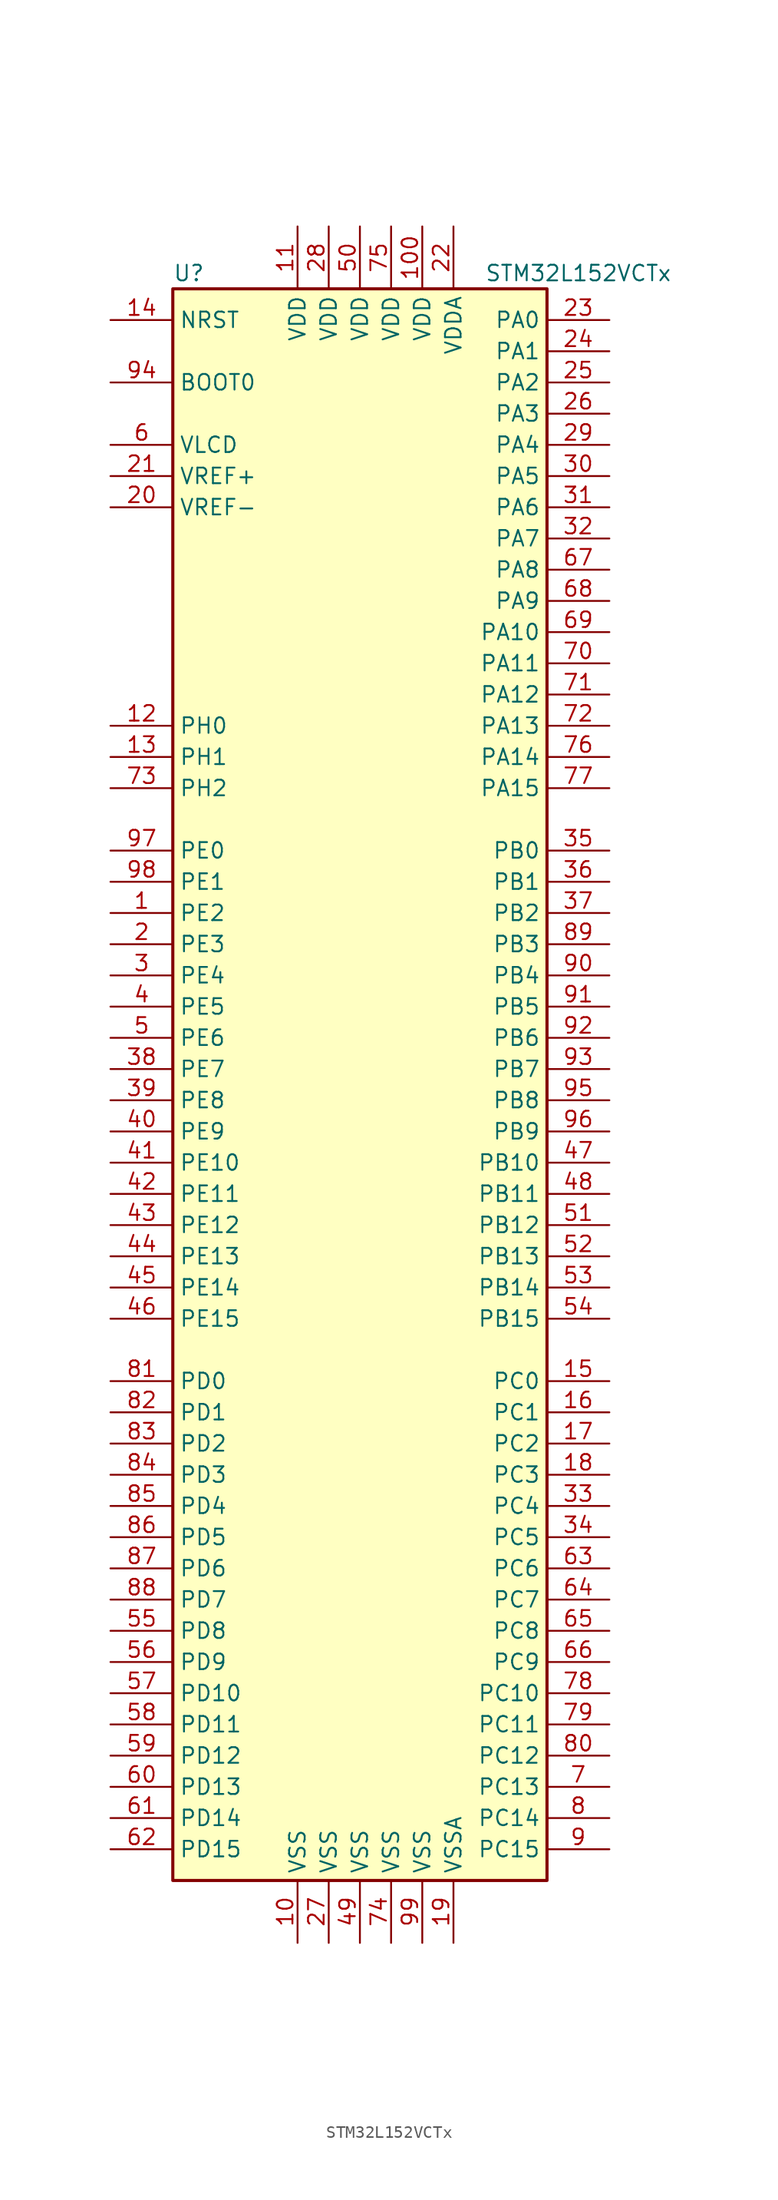
<source format=kicad_sym>
(kicad_symbol_lib
  (version 20201005)
  (generator kicad_symbol_editor)
  (symbol "STM32L152VCTx"
    (property "Reference" "U"
      (at -15.24 64.77 0)
      (effects (font (size 1.27 1.27)) (justify left)))
    (property "Value" "STM32L152VCTx"
      (at 10.16 64.77 0)
      (effects (font (size 1.27 1.27)) (justify left)))
    (symbol "STM32L152VCTx_0_1"
      (rectangle (start -15.24 -66.04) (end 15.24 63.5) (stroke (width 0.254)) (fill (type background))))
    (symbol "STM32L152VCTx_1_1"
      (pin input line (at -20.32 55.88 0) (length 5.08) (name "BOOT0" (effects (font (size 1.27 1.27)))) (number "94" (effects (font (size 1.27 1.27)))))
      (pin input line (at -20.32 60.96 0) (length 5.08) (name "NRST" (effects (font (size 1.27 1.27)))) (number "14" (effects (font (size 1.27 1.27)))))
      (pin bidirectional line (at 20.32 60.96 180) (length 5.08) (name "PA0" (effects (font (size 1.27 1.27)))) (number "23" (effects (font (size 1.27 1.27)))))
      (pin bidirectional line (at 20.32 58.42 180) (length 5.08) (name "PA1" (effects (font (size 1.27 1.27)))) (number "24" (effects (font (size 1.27 1.27)))))
      (pin bidirectional line (at 20.32 35.56 180) (length 5.08) (name "PA10" (effects (font (size 1.27 1.27)))) (number "69" (effects (font (size 1.27 1.27)))))
      (pin bidirectional line (at 20.32 33.02 180) (length 5.08) (name "PA11" (effects (font (size 1.27 1.27)))) (number "70" (effects (font (size 1.27 1.27)))))
      (pin bidirectional line (at 20.32 30.48 180) (length 5.08) (name "PA12" (effects (font (size 1.27 1.27)))) (number "71" (effects (font (size 1.27 1.27)))))
      (pin bidirectional line (at 20.32 27.94 180) (length 5.08) (name "PA13" (effects (font (size 1.27 1.27)))) (number "72" (effects (font (size 1.27 1.27)))))
      (pin bidirectional line (at 20.32 25.4 180) (length 5.08) (name "PA14" (effects (font (size 1.27 1.27)))) (number "76" (effects (font (size 1.27 1.27)))))
      (pin bidirectional line (at 20.32 22.86 180) (length 5.08) (name "PA15" (effects (font (size 1.27 1.27)))) (number "77" (effects (font (size 1.27 1.27)))))
      (pin bidirectional line (at 20.32 55.88 180) (length 5.08) (name "PA2" (effects (font (size 1.27 1.27)))) (number "25" (effects (font (size 1.27 1.27)))))
      (pin bidirectional line (at 20.32 53.34 180) (length 5.08) (name "PA3" (effects (font (size 1.27 1.27)))) (number "26" (effects (font (size 1.27 1.27)))))
      (pin bidirectional line (at 20.32 50.8 180) (length 5.08) (name "PA4" (effects (font (size 1.27 1.27)))) (number "29" (effects (font (size 1.27 1.27)))))
      (pin bidirectional line (at 20.32 48.26 180) (length 5.08) (name "PA5" (effects (font (size 1.27 1.27)))) (number "30" (effects (font (size 1.27 1.27)))))
      (pin bidirectional line (at 20.32 45.72 180) (length 5.08) (name "PA6" (effects (font (size 1.27 1.27)))) (number "31" (effects (font (size 1.27 1.27)))))
      (pin bidirectional line (at 20.32 43.18 180) (length 5.08) (name "PA7" (effects (font (size 1.27 1.27)))) (number "32" (effects (font (size 1.27 1.27)))))
      (pin bidirectional line (at 20.32 40.64 180) (length 5.08) (name "PA8" (effects (font (size 1.27 1.27)))) (number "67" (effects (font (size 1.27 1.27)))))
      (pin bidirectional line (at 20.32 38.1 180) (length 5.08) (name "PA9" (effects (font (size 1.27 1.27)))) (number "68" (effects (font (size 1.27 1.27)))))
      (pin bidirectional line (at 20.32 17.78 180) (length 5.08) (name "PB0" (effects (font (size 1.27 1.27)))) (number "35" (effects (font (size 1.27 1.27)))))
      (pin bidirectional line (at 20.32 15.24 180) (length 5.08) (name "PB1" (effects (font (size 1.27 1.27)))) (number "36" (effects (font (size 1.27 1.27)))))
      (pin bidirectional line (at 20.32 -7.62 180) (length 5.08) (name "PB10" (effects (font (size 1.27 1.27)))) (number "47" (effects (font (size 1.27 1.27)))))
      (pin bidirectional line (at 20.32 -10.16 180) (length 5.08) (name "PB11" (effects (font (size 1.27 1.27)))) (number "48" (effects (font (size 1.27 1.27)))))
      (pin bidirectional line (at 20.32 -12.7 180) (length 5.08) (name "PB12" (effects (font (size 1.27 1.27)))) (number "51" (effects (font (size 1.27 1.27)))))
      (pin bidirectional line (at 20.32 -15.24 180) (length 5.08) (name "PB13" (effects (font (size 1.27 1.27)))) (number "52" (effects (font (size 1.27 1.27)))))
      (pin bidirectional line (at 20.32 -17.78 180) (length 5.08) (name "PB14" (effects (font (size 1.27 1.27)))) (number "53" (effects (font (size 1.27 1.27)))))
      (pin bidirectional line (at 20.32 -20.32 180) (length 5.08) (name "PB15" (effects (font (size 1.27 1.27)))) (number "54" (effects (font (size 1.27 1.27)))))
      (pin bidirectional line (at 20.32 12.7 180) (length 5.08) (name "PB2" (effects (font (size 1.27 1.27)))) (number "37" (effects (font (size 1.27 1.27)))))
      (pin bidirectional line (at 20.32 10.16 180) (length 5.08) (name "PB3" (effects (font (size 1.27 1.27)))) (number "89" (effects (font (size 1.27 1.27)))))
      (pin bidirectional line (at 20.32 7.62 180) (length 5.08) (name "PB4" (effects (font (size 1.27 1.27)))) (number "90" (effects (font (size 1.27 1.27)))))
      (pin bidirectional line (at 20.32 5.08 180) (length 5.08) (name "PB5" (effects (font (size 1.27 1.27)))) (number "91" (effects (font (size 1.27 1.27)))))
      (pin bidirectional line (at 20.32 2.54 180) (length 5.08) (name "PB6" (effects (font (size 1.27 1.27)))) (number "92" (effects (font (size 1.27 1.27)))))
      (pin bidirectional line (at 20.32 0 180) (length 5.08) (name "PB7" (effects (font (size 1.27 1.27)))) (number "93" (effects (font (size 1.27 1.27)))))
      (pin bidirectional line (at 20.32 -2.54 180) (length 5.08) (name "PB8" (effects (font (size 1.27 1.27)))) (number "95" (effects (font (size 1.27 1.27)))))
      (pin bidirectional line (at 20.32 -5.08 180) (length 5.08) (name "PB9" (effects (font (size 1.27 1.27)))) (number "96" (effects (font (size 1.27 1.27)))))
      (pin bidirectional line (at 20.32 -25.4 180) (length 5.08) (name "PC0" (effects (font (size 1.27 1.27)))) (number "15" (effects (font (size 1.27 1.27)))))
      (pin bidirectional line (at 20.32 -27.94 180) (length 5.08) (name "PC1" (effects (font (size 1.27 1.27)))) (number "16" (effects (font (size 1.27 1.27)))))
      (pin bidirectional line (at 20.32 -50.8 180) (length 5.08) (name "PC10" (effects (font (size 1.27 1.27)))) (number "78" (effects (font (size 1.27 1.27)))))
      (pin bidirectional line (at 20.32 -53.34 180) (length 5.08) (name "PC11" (effects (font (size 1.27 1.27)))) (number "79" (effects (font (size 1.27 1.27)))))
      (pin bidirectional line (at 20.32 -55.88 180) (length 5.08) (name "PC12" (effects (font (size 1.27 1.27)))) (number "80" (effects (font (size 1.27 1.27)))))
      (pin bidirectional line (at 20.32 -58.42 180) (length 5.08) (name "PC13" (effects (font (size 1.27 1.27)))) (number "7" (effects (font (size 1.27 1.27)))))
      (pin bidirectional line (at 20.32 -60.96 180) (length 5.08) (name "PC14" (effects (font (size 1.27 1.27)))) (number "8" (effects (font (size 1.27 1.27)))))
      (pin bidirectional line (at 20.32 -63.5 180) (length 5.08) (name "PC15" (effects (font (size 1.27 1.27)))) (number "9" (effects (font (size 1.27 1.27)))))
      (pin bidirectional line (at 20.32 -30.48 180) (length 5.08) (name "PC2" (effects (font (size 1.27 1.27)))) (number "17" (effects (font (size 1.27 1.27)))))
      (pin bidirectional line (at 20.32 -33.02 180) (length 5.08) (name "PC3" (effects (font (size 1.27 1.27)))) (number "18" (effects (font (size 1.27 1.27)))))
      (pin bidirectional line (at 20.32 -35.56 180) (length 5.08) (name "PC4" (effects (font (size 1.27 1.27)))) (number "33" (effects (font (size 1.27 1.27)))))
      (pin bidirectional line (at 20.32 -38.1 180) (length 5.08) (name "PC5" (effects (font (size 1.27 1.27)))) (number "34" (effects (font (size 1.27 1.27)))))
      (pin bidirectional line (at 20.32 -40.64 180) (length 5.08) (name "PC6" (effects (font (size 1.27 1.27)))) (number "63" (effects (font (size 1.27 1.27)))))
      (pin bidirectional line (at 20.32 -43.18 180) (length 5.08) (name "PC7" (effects (font (size 1.27 1.27)))) (number "64" (effects (font (size 1.27 1.27)))))
      (pin bidirectional line (at 20.32 -45.72 180) (length 5.08) (name "PC8" (effects (font (size 1.27 1.27)))) (number "65" (effects (font (size 1.27 1.27)))))
      (pin bidirectional line (at 20.32 -48.26 180) (length 5.08) (name "PC9" (effects (font (size 1.27 1.27)))) (number "66" (effects (font (size 1.27 1.27)))))
      (pin bidirectional line (at -20.32 -25.4 0) (length 5.08) (name "PD0" (effects (font (size 1.27 1.27)))) (number "81" (effects (font (size 1.27 1.27)))))
      (pin bidirectional line (at -20.32 -27.94 0) (length 5.08) (name "PD1" (effects (font (size 1.27 1.27)))) (number "82" (effects (font (size 1.27 1.27)))))
      (pin bidirectional line (at -20.32 -50.8 0) (length 5.08) (name "PD10" (effects (font (size 1.27 1.27)))) (number "57" (effects (font (size 1.27 1.27)))))
      (pin bidirectional line (at -20.32 -53.34 0) (length 5.08) (name "PD11" (effects (font (size 1.27 1.27)))) (number "58" (effects (font (size 1.27 1.27)))))
      (pin bidirectional line (at -20.32 -55.88 0) (length 5.08) (name "PD12" (effects (font (size 1.27 1.27)))) (number "59" (effects (font (size 1.27 1.27)))))
      (pin bidirectional line (at -20.32 -58.42 0) (length 5.08) (name "PD13" (effects (font (size 1.27 1.27)))) (number "60" (effects (font (size 1.27 1.27)))))
      (pin bidirectional line (at -20.32 -60.96 0) (length 5.08) (name "PD14" (effects (font (size 1.27 1.27)))) (number "61" (effects (font (size 1.27 1.27)))))
      (pin bidirectional line (at -20.32 -63.5 0) (length 5.08) (name "PD15" (effects (font (size 1.27 1.27)))) (number "62" (effects (font (size 1.27 1.27)))))
      (pin bidirectional line (at -20.32 -30.48 0) (length 5.08) (name "PD2" (effects (font (size 1.27 1.27)))) (number "83" (effects (font (size 1.27 1.27)))))
      (pin bidirectional line (at -20.32 -33.02 0) (length 5.08) (name "PD3" (effects (font (size 1.27 1.27)))) (number "84" (effects (font (size 1.27 1.27)))))
      (pin bidirectional line (at -20.32 -35.56 0) (length 5.08) (name "PD4" (effects (font (size 1.27 1.27)))) (number "85" (effects (font (size 1.27 1.27)))))
      (pin bidirectional line (at -20.32 -38.1 0) (length 5.08) (name "PD5" (effects (font (size 1.27 1.27)))) (number "86" (effects (font (size 1.27 1.27)))))
      (pin bidirectional line (at -20.32 -40.64 0) (length 5.08) (name "PD6" (effects (font (size 1.27 1.27)))) (number "87" (effects (font (size 1.27 1.27)))))
      (pin bidirectional line (at -20.32 -43.18 0) (length 5.08) (name "PD7" (effects (font (size 1.27 1.27)))) (number "88" (effects (font (size 1.27 1.27)))))
      (pin bidirectional line (at -20.32 -45.72 0) (length 5.08) (name "PD8" (effects (font (size 1.27 1.27)))) (number "55" (effects (font (size 1.27 1.27)))))
      (pin bidirectional line (at -20.32 -48.26 0) (length 5.08) (name "PD9" (effects (font (size 1.27 1.27)))) (number "56" (effects (font (size 1.27 1.27)))))
      (pin bidirectional line (at -20.32 17.78 0) (length 5.08) (name "PE0" (effects (font (size 1.27 1.27)))) (number "97" (effects (font (size 1.27 1.27)))))
      (pin bidirectional line (at -20.32 15.24 0) (length 5.08) (name "PE1" (effects (font (size 1.27 1.27)))) (number "98" (effects (font (size 1.27 1.27)))))
      (pin bidirectional line (at -20.32 -7.62 0) (length 5.08) (name "PE10" (effects (font (size 1.27 1.27)))) (number "41" (effects (font (size 1.27 1.27)))))
      (pin bidirectional line (at -20.32 -10.16 0) (length 5.08) (name "PE11" (effects (font (size 1.27 1.27)))) (number "42" (effects (font (size 1.27 1.27)))))
      (pin bidirectional line (at -20.32 -12.7 0) (length 5.08) (name "PE12" (effects (font (size 1.27 1.27)))) (number "43" (effects (font (size 1.27 1.27)))))
      (pin bidirectional line (at -20.32 -15.24 0) (length 5.08) (name "PE13" (effects (font (size 1.27 1.27)))) (number "44" (effects (font (size 1.27 1.27)))))
      (pin bidirectional line (at -20.32 -17.78 0) (length 5.08) (name "PE14" (effects (font (size 1.27 1.27)))) (number "45" (effects (font (size 1.27 1.27)))))
      (pin bidirectional line (at -20.32 -20.32 0) (length 5.08) (name "PE15" (effects (font (size 1.27 1.27)))) (number "46" (effects (font (size 1.27 1.27)))))
      (pin bidirectional line (at -20.32 12.7 0) (length 5.08) (name "PE2" (effects (font (size 1.27 1.27)))) (number "1" (effects (font (size 1.27 1.27)))))
      (pin bidirectional line (at -20.32 10.16 0) (length 5.08) (name "PE3" (effects (font (size 1.27 1.27)))) (number "2" (effects (font (size 1.27 1.27)))))
      (pin bidirectional line (at -20.32 7.62 0) (length 5.08) (name "PE4" (effects (font (size 1.27 1.27)))) (number "3" (effects (font (size 1.27 1.27)))))
      (pin bidirectional line (at -20.32 5.08 0) (length 5.08) (name "PE5" (effects (font (size 1.27 1.27)))) (number "4" (effects (font (size 1.27 1.27)))))
      (pin bidirectional line (at -20.32 2.54 0) (length 5.08) (name "PE6" (effects (font (size 1.27 1.27)))) (number "5" (effects (font (size 1.27 1.27)))))
      (pin bidirectional line (at -20.32 0 0) (length 5.08) (name "PE7" (effects (font (size 1.27 1.27)))) (number "38" (effects (font (size 1.27 1.27)))))
      (pin bidirectional line (at -20.32 -2.54 0) (length 5.08) (name "PE8" (effects (font (size 1.27 1.27)))) (number "39" (effects (font (size 1.27 1.27)))))
      (pin bidirectional line (at -20.32 -5.08 0) (length 5.08) (name "PE9" (effects (font (size 1.27 1.27)))) (number "40" (effects (font (size 1.27 1.27)))))
      (pin input line (at -20.32 27.94 0) (length 5.08) (name "PH0" (effects (font (size 1.27 1.27)))) (number "12" (effects (font (size 1.27 1.27)))))
      (pin input line (at -20.32 25.4 0) (length 5.08) (name "PH1" (effects (font (size 1.27 1.27)))) (number "13" (effects (font (size 1.27 1.27)))))
      (pin bidirectional line (at -20.32 22.86 0) (length 5.08) (name "PH2" (effects (font (size 1.27 1.27)))) (number "73" (effects (font (size 1.27 1.27)))))
      (pin power_in line (at 5.08 68.58 270) (length 5.08) (name "VDD" (effects (font (size 1.27 1.27)))) (number "100" (effects (font (size 1.27 1.27)))))
      (pin power_in line (at -5.08 68.58 270) (length 5.08) (name "VDD" (effects (font (size 1.27 1.27)))) (number "11" (effects (font (size 1.27 1.27)))))
      (pin power_in line (at -2.54 68.58 270) (length 5.08) (name "VDD" (effects (font (size 1.27 1.27)))) (number "28" (effects (font (size 1.27 1.27)))))
      (pin power_in line (at 0 68.58 270) (length 5.08) (name "VDD" (effects (font (size 1.27 1.27)))) (number "50" (effects (font (size 1.27 1.27)))))
      (pin power_in line (at 2.54 68.58 270) (length 5.08) (name "VDD" (effects (font (size 1.27 1.27)))) (number "75" (effects (font (size 1.27 1.27)))))
      (pin power_in line (at 7.62 68.58 270) (length 5.08) (name "VDDA" (effects (font (size 1.27 1.27)))) (number "22" (effects (font (size 1.27 1.27)))))
      (pin power_in line (at -20.32 50.8 0) (length 5.08) (name "VLCD" (effects (font (size 1.27 1.27)))) (number "6" (effects (font (size 1.27 1.27)))))
      (pin power_in line (at -20.32 48.26 0) (length 5.08) (name "VREF+" (effects (font (size 1.27 1.27)))) (number "21" (effects (font (size 1.27 1.27)))))
      (pin power_in line (at -20.32 45.72 0) (length 5.08) (name "VREF-" (effects (font (size 1.27 1.27)))) (number "20" (effects (font (size 1.27 1.27)))))
      (pin power_in line (at -5.08 -71.12 90) (length 5.08) (name "VSS" (effects (font (size 1.27 1.27)))) (number "10" (effects (font (size 1.27 1.27)))))
      (pin power_in line (at -2.54 -71.12 90) (length 5.08) (name "VSS" (effects (font (size 1.27 1.27)))) (number "27" (effects (font (size 1.27 1.27)))))
      (pin power_in line (at 0 -71.12 90) (length 5.08) (name "VSS" (effects (font (size 1.27 1.27)))) (number "49" (effects (font (size 1.27 1.27)))))
      (pin power_in line (at 2.54 -71.12 90) (length 5.08) (name "VSS" (effects (font (size 1.27 1.27)))) (number "74" (effects (font (size 1.27 1.27)))))
      (pin power_in line (at 5.08 -71.12 90) (length 5.08) (name "VSS" (effects (font (size 1.27 1.27)))) (number "99" (effects (font (size 1.27 1.27)))))
      (pin power_in line (at 7.62 -71.12 90) (length 5.08) (name "VSSA" (effects (font (size 1.27 1.27)))) (number "19" (effects (font (size 1.27 1.27))))))))
</source>
